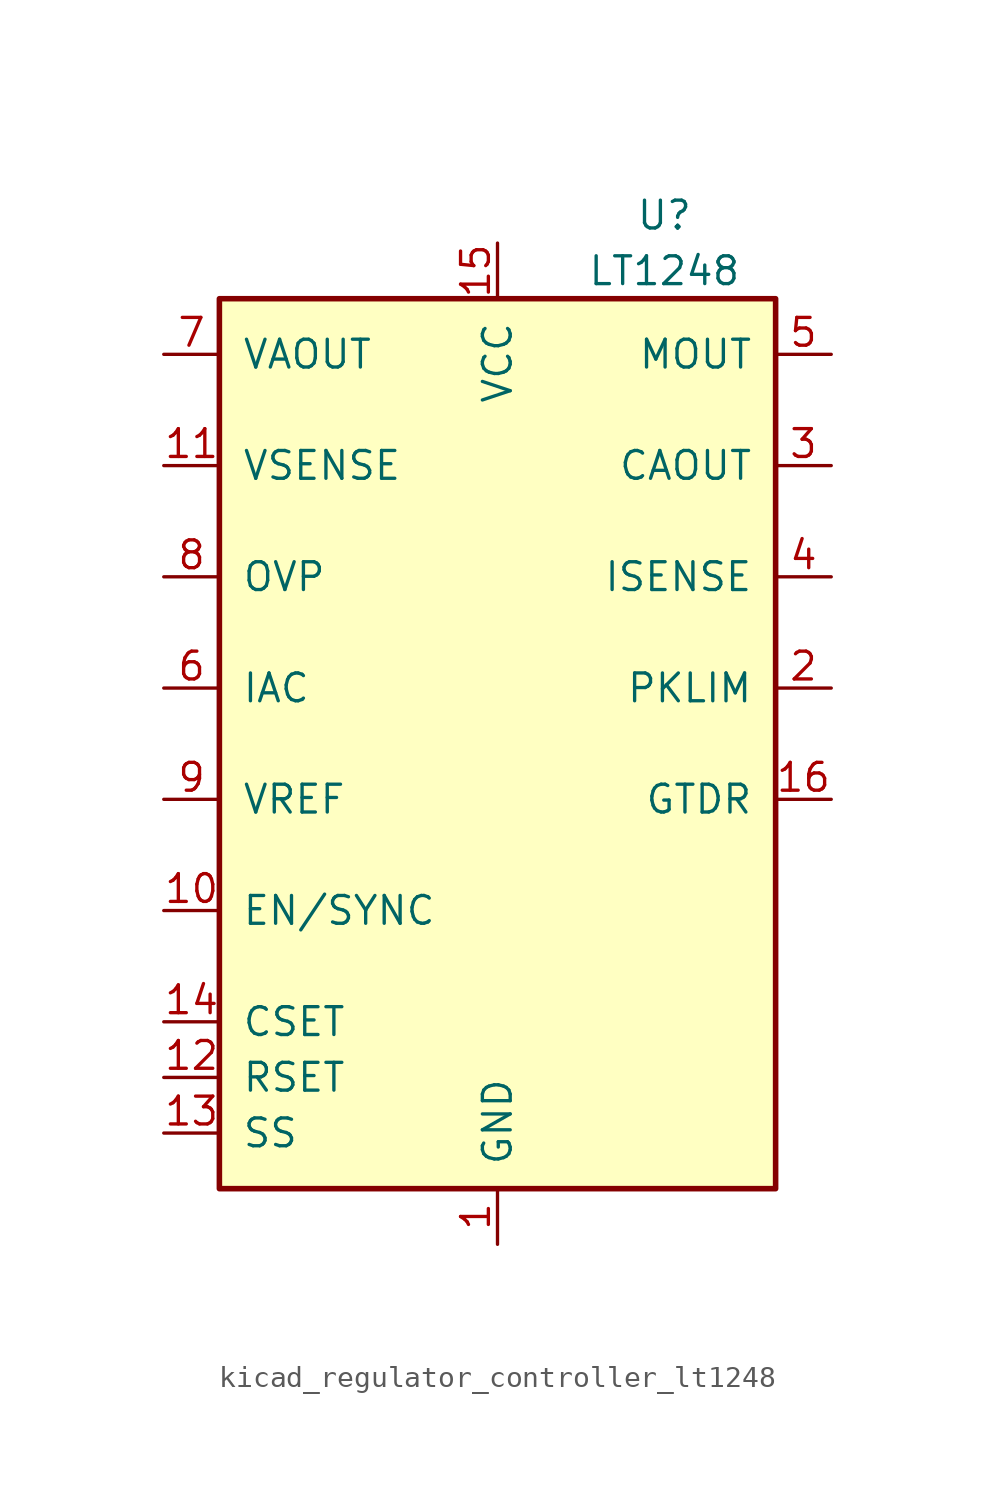
<source format=kicad_sym>
(kicad_symbol_lib
  (version 20220914)
  (generator kicad_symbol_editor)
  (symbol "kicad_regulator_controller_lt1248"
    (pin_names
      (offset 1.016))
    (property "Reference" "U"
      (at 7.62 24.13 0)
      (effects (font (size 1.27 1.27))))
    (property "Value" "LT1248"
      (at 7.62 21.59 0)
      (effects (font (size 1.27 1.27))))
    (symbol "kicad_regulator_controller_lt1248_0_1"
      (rectangle (start -12.7 20.32) (end 12.7 -20.32) (stroke (width 0.254) (type default)) (fill (type background))))
    (symbol "kicad_regulator_controller_lt1248_1_1"
      (pin power_in line (at 0 -22.86 90) (length 2.54) (name "GND" (effects (font (size 1.27 1.27)))) (number "1" (effects (font (size 1.27 1.27)))))
      (pin input line (at -15.24 -7.62 0) (length 2.54) (name "EN/SYNC" (effects (font (size 1.27 1.27)))) (number "10" (effects (font (size 1.27 1.27)))))
      (pin input line (at -15.24 12.7 0) (length 2.54) (name "VSENSE" (effects (font (size 1.27 1.27)))) (number "11" (effects (font (size 1.27 1.27)))))
      (pin passive line (at -15.24 -15.24 0) (length 2.54) (name "RSET" (effects (font (size 1.27 1.27)))) (number "12" (effects (font (size 1.27 1.27)))))
      (pin passive line (at -15.24 -17.78 0) (length 2.54) (name "SS" (effects (font (size 1.27 1.27)))) (number "13" (effects (font (size 1.27 1.27)))))
      (pin passive line (at -15.24 -12.7 0) (length 2.54) (name "CSET" (effects (font (size 1.27 1.27)))) (number "14" (effects (font (size 1.27 1.27)))))
      (pin power_in line (at 0 22.86 270) (length 2.54) (name "VCC" (effects (font (size 1.27 1.27)))) (number "15" (effects (font (size 1.27 1.27)))))
      (pin output line (at 15.24 -2.54 180) (length 2.54) (name "GTDR" (effects (font (size 1.27 1.27)))) (number "16" (effects (font (size 1.27 1.27)))))
      (pin input line (at 15.24 2.54 180) (length 2.54) (name "PKLIM" (effects (font (size 1.27 1.27)))) (number "2" (effects (font (size 1.27 1.27)))))
      (pin output line (at 15.24 12.7 180) (length 2.54) (name "CAOUT" (effects (font (size 1.27 1.27)))) (number "3" (effects (font (size 1.27 1.27)))))
      (pin input line (at 15.24 7.62 180) (length 2.54) (name "ISENSE" (effects (font (size 1.27 1.27)))) (number "4" (effects (font (size 1.27 1.27)))))
      (pin input line (at 15.24 17.78 180) (length 2.54) (name "MOUT" (effects (font (size 1.27 1.27)))) (number "5" (effects (font (size 1.27 1.27)))))
      (pin input line (at -15.24 2.54 0) (length 2.54) (name "IAC" (effects (font (size 1.27 1.27)))) (number "6" (effects (font (size 1.27 1.27)))))
      (pin output line (at -15.24 17.78 0) (length 2.54) (name "VAOUT" (effects (font (size 1.27 1.27)))) (number "7" (effects (font (size 1.27 1.27)))))
      (pin input line (at -15.24 7.62 0) (length 2.54) (name "OVP" (effects (font (size 1.27 1.27)))) (number "8" (effects (font (size 1.27 1.27)))))
      (pin power_out line (at -15.24 -2.54 0) (length 2.54) (name "VREF" (effects (font (size 1.27 1.27)))) (number "9" (effects (font (size 1.27 1.27))))))))
</source>
